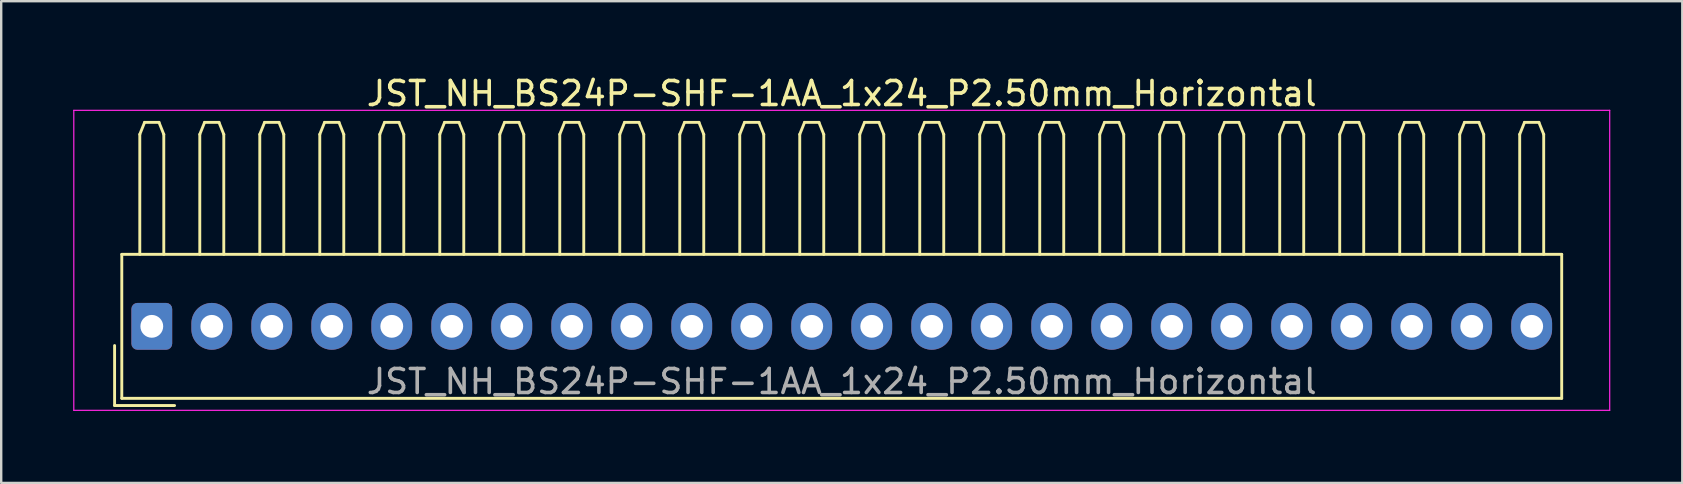
<source format=kicad_pcb>
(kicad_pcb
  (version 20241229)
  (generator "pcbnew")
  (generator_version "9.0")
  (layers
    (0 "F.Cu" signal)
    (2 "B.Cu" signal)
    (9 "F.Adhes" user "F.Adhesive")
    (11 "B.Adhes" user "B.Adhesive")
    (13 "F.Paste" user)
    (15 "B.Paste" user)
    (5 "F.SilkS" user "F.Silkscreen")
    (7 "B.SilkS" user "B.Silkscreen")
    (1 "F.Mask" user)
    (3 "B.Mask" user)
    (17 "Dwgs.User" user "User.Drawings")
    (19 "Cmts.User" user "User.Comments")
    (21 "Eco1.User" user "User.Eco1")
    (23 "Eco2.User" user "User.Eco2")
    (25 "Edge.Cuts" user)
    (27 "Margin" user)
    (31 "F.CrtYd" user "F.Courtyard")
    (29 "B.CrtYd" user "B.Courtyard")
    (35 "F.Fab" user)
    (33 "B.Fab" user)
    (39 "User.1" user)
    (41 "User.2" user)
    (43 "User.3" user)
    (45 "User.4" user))
  (footprint "JST_NH_BS24P-SHF-1AA_1x24_P2.50mm_Horizontal"
    (layer "F.Cu")
    (at 3.275 10.548)
    (property "Reference" "JST_NH_BS24P-SHF-1AA_1x24_P2.50mm_Horizontal" (at 28.75 -9.7 0) (layer "F.SilkS") (effects (font (size 1 1) (thickness 0.15))))
    (attr through_hole)
    (fp_line (start -1.55 0.8) (end -1.55 3.3) (stroke (width 0.12) (type solid)) (layer "F.SilkS"))
    (fp_line (start -1.55 3.3) (end 0.95 3.3) (stroke (width 0.12) (type solid)) (layer "F.SilkS"))
    (fp_line (start -1.25 -3) (end -1.25 3) (stroke (width 0.12) (type solid)) (layer "F.SilkS"))
    (fp_line (start -1.25 3) (end 58.75 3) (stroke (width 0.12) (type solid)) (layer "F.SilkS"))
    (fp_line (start -0.5 -8) (end -0.3 -8.5) (stroke (width 0.12) (type solid)) (layer "F.SilkS"))
    (fp_line (start -0.5 -3) (end -0.5 -8) (stroke (width 0.12) (type solid)) (layer "F.SilkS"))
    (fp_line (start -0.3 -8.5) (end 0.3 -8.5) (stroke (width 0.12) (type solid)) (layer "F.SilkS"))
    (fp_line (start 0.3 -8.5) (end 0.5 -8) (stroke (width 0.12) (type solid)) (layer "F.SilkS"))
    (fp_line (start 0.5 -8) (end 0.5 -3) (stroke (width 0.12) (type solid)) (layer "F.SilkS"))
    (fp_line (start 2 -8) (end 2.2 -8.5) (stroke (width 0.12) (type solid)) (layer "F.SilkS"))
    (fp_line (start 2 -3) (end 2 -8) (stroke (width 0.12) (type solid)) (layer "F.SilkS"))
    (fp_line (start 2.2 -8.5) (end 2.8 -8.5) (stroke (width 0.12) (type solid)) (layer "F.SilkS"))
    (fp_line (start 2.8 -8.5) (end 3 -8) (stroke (width 0.12) (type solid)) (layer "F.SilkS"))
    (fp_line (start 3 -8) (end 3 -3) (stroke (width 0.12) (type solid)) (layer "F.SilkS"))
    (fp_line (start 4.5 -8) (end 4.7 -8.5) (stroke (width 0.12) (type solid)) (layer "F.SilkS"))
    (fp_line (start 4.5 -3) (end 4.5 -8) (stroke (width 0.12) (type solid)) (layer "F.SilkS"))
    (fp_line (start 4.7 -8.5) (end 5.3 -8.5) (stroke (width 0.12) (type solid)) (layer "F.SilkS"))
    (fp_line (start 5.3 -8.5) (end 5.5 -8) (stroke (width 0.12) (type solid)) (layer "F.SilkS"))
    (fp_line (start 5.5 -8) (end 5.5 -3) (stroke (width 0.12) (type solid)) (layer "F.SilkS"))
    (fp_line (start 7 -8) (end 7.2 -8.5) (stroke (width 0.12) (type solid)) (layer "F.SilkS"))
    (fp_line (start 7 -3) (end 7 -8) (stroke (width 0.12) (type solid)) (layer "F.SilkS"))
    (fp_line (start 7.2 -8.5) (end 7.8 -8.5) (stroke (width 0.12) (type solid)) (layer "F.SilkS"))
    (fp_line (start 7.8 -8.5) (end 8 -8) (stroke (width 0.12) (type solid)) (layer "F.SilkS"))
    (fp_line (start 8 -8) (end 8 -3) (stroke (width 0.12) (type solid)) (layer "F.SilkS"))
    (fp_line (start 9.5 -8) (end 9.7 -8.5) (stroke (width 0.12) (type solid)) (layer "F.SilkS"))
    (fp_line (start 9.5 -3) (end 9.5 -8) (stroke (width 0.12) (type solid)) (layer "F.SilkS"))
    (fp_line (start 9.7 -8.5) (end 10.3 -8.5) (stroke (width 0.12) (type solid)) (layer "F.SilkS"))
    (fp_line (start 10.3 -8.5) (end 10.5 -8) (stroke (width 0.12) (type solid)) (layer "F.SilkS"))
    (fp_line (start 10.5 -8) (end 10.5 -3) (stroke (width 0.12) (type solid)) (layer "F.SilkS"))
    (fp_line (start 12 -8) (end 12.2 -8.5) (stroke (width 0.12) (type solid)) (layer "F.SilkS"))
    (fp_line (start 12 -3) (end 12 -8) (stroke (width 0.12) (type solid)) (layer "F.SilkS"))
    (fp_line (start 12.2 -8.5) (end 12.8 -8.5) (stroke (width 0.12) (type solid)) (layer "F.SilkS"))
    (fp_line (start 12.8 -8.5) (end 13 -8) (stroke (width 0.12) (type solid)) (layer "F.SilkS"))
    (fp_line (start 13 -8) (end 13 -3) (stroke (width 0.12) (type solid)) (layer "F.SilkS"))
    (fp_line (start 14.5 -8) (end 14.7 -8.5) (stroke (width 0.12) (type solid)) (layer "F.SilkS"))
    (fp_line (start 14.5 -3) (end 14.5 -8) (stroke (width 0.12) (type solid)) (layer "F.SilkS"))
    (fp_line (start 14.7 -8.5) (end 15.3 -8.5) (stroke (width 0.12) (type solid)) (layer "F.SilkS"))
    (fp_line (start 15.3 -8.5) (end 15.5 -8) (stroke (width 0.12) (type solid)) (layer "F.SilkS"))
    (fp_line (start 15.5 -8) (end 15.5 -3) (stroke (width 0.12) (type solid)) (layer "F.SilkS"))
    (fp_line (start 17 -8) (end 17.2 -8.5) (stroke (width 0.12) (type solid)) (layer "F.SilkS"))
    (fp_line (start 17 -3) (end 17 -8) (stroke (width 0.12) (type solid)) (layer "F.SilkS"))
    (fp_line (start 17.2 -8.5) (end 17.8 -8.5) (stroke (width 0.12) (type solid)) (layer "F.SilkS"))
    (fp_line (start 17.8 -8.5) (end 18 -8) (stroke (width 0.12) (type solid)) (layer "F.SilkS"))
    (fp_line (start 18 -8) (end 18 -3) (stroke (width 0.12) (type solid)) (layer "F.SilkS"))
    (fp_line (start 19.5 -8) (end 19.7 -8.5) (stroke (width 0.12) (type solid)) (layer "F.SilkS"))
    (fp_line (start 19.5 -3) (end 19.5 -8) (stroke (width 0.12) (type solid)) (layer "F.SilkS"))
    (fp_line (start 19.7 -8.5) (end 20.3 -8.5) (stroke (width 0.12) (type solid)) (layer "F.SilkS"))
    (fp_line (start 20.3 -8.5) (end 20.5 -8) (stroke (width 0.12) (type solid)) (layer "F.SilkS"))
    (fp_line (start 20.5 -8) (end 20.5 -3) (stroke (width 0.12) (type solid)) (layer "F.SilkS"))
    (fp_line (start 22 -8) (end 22.2 -8.5) (stroke (width 0.12) (type solid)) (layer "F.SilkS"))
    (fp_line (start 22 -3) (end 22 -8) (stroke (width 0.12) (type solid)) (layer "F.SilkS"))
    (fp_line (start 22.2 -8.5) (end 22.8 -8.5) (stroke (width 0.12) (type solid)) (layer "F.SilkS"))
    (fp_line (start 22.8 -8.5) (end 23 -8) (stroke (width 0.12) (type solid)) (layer "F.SilkS"))
    (fp_line (start 23 -8) (end 23 -3) (stroke (width 0.12) (type solid)) (layer "F.SilkS"))
    (fp_line (start 24.5 -8) (end 24.7 -8.5) (stroke (width 0.12) (type solid)) (layer "F.SilkS"))
    (fp_line (start 24.5 -3) (end 24.5 -8) (stroke (width 0.12) (type solid)) (layer "F.SilkS"))
    (fp_line (start 24.7 -8.5) (end 25.3 -8.5) (stroke (width 0.12) (type solid)) (layer "F.SilkS"))
    (fp_line (start 25.3 -8.5) (end 25.5 -8) (stroke (width 0.12) (type solid)) (layer "F.SilkS"))
    (fp_line (start 25.5 -8) (end 25.5 -3) (stroke (width 0.12) (type solid)) (layer "F.SilkS"))
    (fp_line (start 27 -8) (end 27.2 -8.5) (stroke (width 0.12) (type solid)) (layer "F.SilkS"))
    (fp_line (start 27 -3) (end 27 -8) (stroke (width 0.12) (type solid)) (layer "F.SilkS"))
    (fp_line (start 27.2 -8.5) (end 27.8 -8.5) (stroke (width 0.12) (type solid)) (layer "F.SilkS"))
    (fp_line (start 27.8 -8.5) (end 28 -8) (stroke (width 0.12) (type solid)) (layer "F.SilkS"))
    (fp_line (start 28 -8) (end 28 -3) (stroke (width 0.12) (type solid)) (layer "F.SilkS"))
    (fp_line (start 29.5 -8) (end 29.7 -8.5) (stroke (width 0.12) (type solid)) (layer "F.SilkS"))
    (fp_line (start 29.5 -3) (end 29.5 -8) (stroke (width 0.12) (type solid)) (layer "F.SilkS"))
    (fp_line (start 29.7 -8.5) (end 30.3 -8.5) (stroke (width 0.12) (type solid)) (layer "F.SilkS"))
    (fp_line (start 30.3 -8.5) (end 30.5 -8) (stroke (width 0.12) (type solid)) (layer "F.SilkS"))
    (fp_line (start 30.5 -8) (end 30.5 -3) (stroke (width 0.12) (type solid)) (layer "F.SilkS"))
    (fp_line (start 32 -8) (end 32.2 -8.5) (stroke (width 0.12) (type solid)) (layer "F.SilkS"))
    (fp_line (start 32 -3) (end 32 -8) (stroke (width 0.12) (type solid)) (layer "F.SilkS"))
    (fp_line (start 32.2 -8.5) (end 32.8 -8.5) (stroke (width 0.12) (type solid)) (layer "F.SilkS"))
    (fp_line (start 32.8 -8.5) (end 33 -8) (stroke (width 0.12) (type solid)) (layer "F.SilkS"))
    (fp_line (start 33 -8) (end 33 -3) (stroke (width 0.12) (type solid)) (layer "F.SilkS"))
    (fp_line (start 34.5 -8) (end 34.7 -8.5) (stroke (width 0.12) (type solid)) (layer "F.SilkS"))
    (fp_line (start 34.5 -3) (end 34.5 -8) (stroke (width 0.12) (type solid)) (layer "F.SilkS"))
    (fp_line (start 34.7 -8.5) (end 35.3 -8.5) (stroke (width 0.12) (type solid)) (layer "F.SilkS"))
    (fp_line (start 35.3 -8.5) (end 35.5 -8) (stroke (width 0.12) (type solid)) (layer "F.SilkS"))
    (fp_line (start 35.5 -8) (end 35.5 -3) (stroke (width 0.12) (type solid)) (layer "F.SilkS"))
    (fp_line (start 37 -8) (end 37.2 -8.5) (stroke (width 0.12) (type solid)) (layer "F.SilkS"))
    (fp_line (start 37 -3) (end 37 -8) (stroke (width 0.12) (type solid)) (layer "F.SilkS"))
    (fp_line (start 37.2 -8.5) (end 37.8 -8.5) (stroke (width 0.12) (type solid)) (layer "F.SilkS"))
    (fp_line (start 37.8 -8.5) (end 38 -8) (stroke (width 0.12) (type solid)) (layer "F.SilkS"))
    (fp_line (start 38 -8) (end 38 -3) (stroke (width 0.12) (type solid)) (layer "F.SilkS"))
    (fp_line (start 39.5 -8) (end 39.7 -8.5) (stroke (width 0.12) (type solid)) (layer "F.SilkS"))
    (fp_line (start 39.5 -3) (end 39.5 -8) (stroke (width 0.12) (type solid)) (layer "F.SilkS"))
    (fp_line (start 39.7 -8.5) (end 40.3 -8.5) (stroke (width 0.12) (type solid)) (layer "F.SilkS"))
    (fp_line (start 40.3 -8.5) (end 40.5 -8) (stroke (width 0.12) (type solid)) (layer "F.SilkS"))
    (fp_line (start 40.5 -8) (end 40.5 -3) (stroke (width 0.12) (type solid)) (layer "F.SilkS"))
    (fp_line (start 42 -8) (end 42.2 -8.5) (stroke (width 0.12) (type solid)) (layer "F.SilkS"))
    (fp_line (start 42 -3) (end 42 -8) (stroke (width 0.12) (type solid)) (layer "F.SilkS"))
    (fp_line (start 42.2 -8.5) (end 42.8 -8.5) (stroke (width 0.12) (type solid)) (layer "F.SilkS"))
    (fp_line (start 42.8 -8.5) (end 43 -8) (stroke (width 0.12) (type solid)) (layer "F.SilkS"))
    (fp_line (start 43 -8) (end 43 -3) (stroke (width 0.12) (type solid)) (layer "F.SilkS"))
    (fp_line (start 44.5 -8) (end 44.7 -8.5) (stroke (width 0.12) (type solid)) (layer "F.SilkS"))
    (fp_line (start 44.5 -3) (end 44.5 -8) (stroke (width 0.12) (type solid)) (layer "F.SilkS"))
    (fp_line (start 44.7 -8.5) (end 45.3 -8.5) (stroke (width 0.12) (type solid)) (layer "F.SilkS"))
    (fp_line (start 45.3 -8.5) (end 45.5 -8) (stroke (width 0.12) (type solid)) (layer "F.SilkS"))
    (fp_line (start 45.5 -8) (end 45.5 -3) (stroke (width 0.12) (type solid)) (layer "F.SilkS"))
    (fp_line (start 47 -8) (end 47.2 -8.5) (stroke (width 0.12) (type solid)) (layer "F.SilkS"))
    (fp_line (start 47 -3) (end 47 -8) (stroke (width 0.12) (type solid)) (layer "F.SilkS"))
    (fp_line (start 47.2 -8.5) (end 47.8 -8.5) (stroke (width 0.12) (type solid)) (layer "F.SilkS"))
    (fp_line (start 47.8 -8.5) (end 48 -8) (stroke (width 0.12) (type solid)) (layer "F.SilkS"))
    (fp_line (start 48 -8) (end 48 -3) (stroke (width 0.12) (type solid)) (layer "F.SilkS"))
    (fp_line (start 49.5 -8) (end 49.7 -8.5) (stroke (width 0.12) (type solid)) (layer "F.SilkS"))
    (fp_line (start 49.5 -3) (end 49.5 -8) (stroke (width 0.12) (type solid)) (layer "F.SilkS"))
    (fp_line (start 49.7 -8.5) (end 50.3 -8.5) (stroke (width 0.12) (type solid)) (layer "F.SilkS"))
    (fp_line (start 50.3 -8.5) (end 50.5 -8) (stroke (width 0.12) (type solid)) (layer "F.SilkS"))
    (fp_line (start 50.5 -8) (end 50.5 -3) (stroke (width 0.12) (type solid)) (layer "F.SilkS"))
    (fp_line (start 52 -8) (end 52.2 -8.5) (stroke (width 0.12) (type solid)) (layer "F.SilkS"))
    (fp_line (start 52 -3) (end 52 -8) (stroke (width 0.12) (type solid)) (layer "F.SilkS"))
    (fp_line (start 52.2 -8.5) (end 52.8 -8.5) (stroke (width 0.12) (type solid)) (layer "F.SilkS"))
    (fp_line (start 52.8 -8.5) (end 53 -8) (stroke (width 0.12) (type solid)) (layer "F.SilkS"))
    (fp_line (start 53 -8) (end 53 -3) (stroke (width 0.12) (type solid)) (layer "F.SilkS"))
    (fp_line (start 54.5 -8) (end 54.7 -8.5) (stroke (width 0.12) (type solid)) (layer "F.SilkS"))
    (fp_line (start 54.5 -3) (end 54.5 -8) (stroke (width 0.12) (type solid)) (layer "F.SilkS"))
    (fp_line (start 54.7 -8.5) (end 55.3 -8.5) (stroke (width 0.12) (type solid)) (layer "F.SilkS"))
    (fp_line (start 55.3 -8.5) (end 55.5 -8) (stroke (width 0.12) (type solid)) (layer "F.SilkS"))
    (fp_line (start 55.5 -8) (end 55.5 -3) (stroke (width 0.12) (type solid)) (layer "F.SilkS"))
    (fp_line (start 57 -8) (end 57.2 -8.5) (stroke (width 0.12) (type solid)) (layer "F.SilkS"))
    (fp_line (start 57 -3) (end 57 -8) (stroke (width 0.12) (type solid)) (layer "F.SilkS"))
    (fp_line (start 57.2 -8.5) (end 57.8 -8.5) (stroke (width 0.12) (type solid)) (layer "F.SilkS"))
    (fp_line (start 57.8 -8.5) (end 58 -8) (stroke (width 0.12) (type solid)) (layer "F.SilkS"))
    (fp_line (start 58 -8) (end 58 -3) (stroke (width 0.12) (type solid)) (layer "F.SilkS"))
    (fp_line (start 58.75 -3) (end -1.25 -3) (stroke (width 0.12) (type solid)) (layer "F.SilkS"))
    (fp_line (start 58.75 3) (end 58.75 -3) (stroke (width 0.12) (type solid)) (layer "F.SilkS"))
    (fp_line (start -3.25 -9) (end -3.25 3.5) (stroke (width 0.05) (type solid)) (layer "F.CrtYd"))
    (fp_line (start -3.25 3.5) (end 60.75 3.5) (stroke (width 0.05) (type solid)) (layer "F.CrtYd"))
    (fp_line (start 60.75 -9) (end -3.25 -9) (stroke (width 0.05) (type solid)) (layer "F.CrtYd"))
    (fp_line (start 60.75 3.5) (end 60.75 -9) (stroke (width 0.05) (type solid)) (layer "F.CrtYd"))
    (fp_text user "${REFERENCE}" (at 28.75 2.3 0) (layer "F.Fab") (effects (font (size 1 1) (thickness 0.15))))
    (pad "1" thru_hole roundrect (at 0 0) (size 1.7 1.95) (drill 0.95) (layers "*.Cu" "*.Mask") (roundrect_rratio 0.147))
    (pad "2" thru_hole oval (at 2.5 0) (size 1.7 1.95) (drill 0.95) (layers "*.Cu" "*.Mask"))
    (pad "3" thru_hole oval (at 5 0) (size 1.7 1.95) (drill 0.95) (layers "*.Cu" "*.Mask"))
    (pad "4" thru_hole oval (at 7.5 0) (size 1.7 1.95) (drill 0.95) (layers "*.Cu" "*.Mask"))
    (pad "5" thru_hole oval (at 10 0) (size 1.7 1.95) (drill 0.95) (layers "*.Cu" "*.Mask"))
    (pad "6" thru_hole oval (at 12.5 0) (size 1.7 1.95) (drill 0.95) (layers "*.Cu" "*.Mask"))
    (pad "7" thru_hole oval (at 15 0) (size 1.7 1.95) (drill 0.95) (layers "*.Cu" "*.Mask"))
    (pad "8" thru_hole oval (at 17.5 0) (size 1.7 1.95) (drill 0.95) (layers "*.Cu" "*.Mask"))
    (pad "9" thru_hole oval (at 20 0) (size 1.7 1.95) (drill 0.95) (layers "*.Cu" "*.Mask"))
    (pad "10" thru_hole oval (at 22.5 0) (size 1.7 1.95) (drill 0.95) (layers "*.Cu" "*.Mask"))
    (pad "11" thru_hole oval (at 25 0) (size 1.7 1.95) (drill 0.95) (layers "*.Cu" "*.Mask"))
    (pad "12" thru_hole oval (at 27.5 0) (size 1.7 1.95) (drill 0.95) (layers "*.Cu" "*.Mask"))
    (pad "13" thru_hole oval (at 30 0) (size 1.7 1.95) (drill 0.95) (layers "*.Cu" "*.Mask"))
    (pad "14" thru_hole oval (at 32.5 0) (size 1.7 1.95) (drill 0.95) (layers "*.Cu" "*.Mask"))
    (pad "15" thru_hole oval (at 35 0) (size 1.7 1.95) (drill 0.95) (layers "*.Cu" "*.Mask"))
    (pad "16" thru_hole oval (at 37.5 0) (size 1.7 1.95) (drill 0.95) (layers "*.Cu" "*.Mask"))
    (pad "17" thru_hole oval (at 40 0) (size 1.7 1.95) (drill 0.95) (layers "*.Cu" "*.Mask"))
    (pad "18" thru_hole oval (at 42.5 0) (size 1.7 1.95) (drill 0.95) (layers "*.Cu" "*.Mask"))
    (pad "19" thru_hole oval (at 45 0) (size 1.7 1.95) (drill 0.95) (layers "*.Cu" "*.Mask"))
    (pad "20" thru_hole oval (at 47.5 0) (size 1.7 1.95) (drill 0.95) (layers "*.Cu" "*.Mask"))
    (pad "21" thru_hole oval (at 50 0) (size 1.7 1.95) (drill 0.95) (layers "*.Cu" "*.Mask"))
    (pad "22" thru_hole oval (at 52.5 0) (size 1.7 1.95) (drill 0.95) (layers "*.Cu" "*.Mask"))
    (pad "23" thru_hole oval (at 55 0) (size 1.7 1.95) (drill 0.95) (layers "*.Cu" "*.Mask"))
    (pad "24" thru_hole oval (at 57.5 0) (size 1.7 1.95) (drill 0.95) (layers "*.Cu" "*.Mask")))
  (gr_rect
    (start -3 -3)
    (end 67.05 17.073)
    (stroke (width 0.1) (type default))
    (fill no)
    (layer "Edge.Cuts")))
</source>
